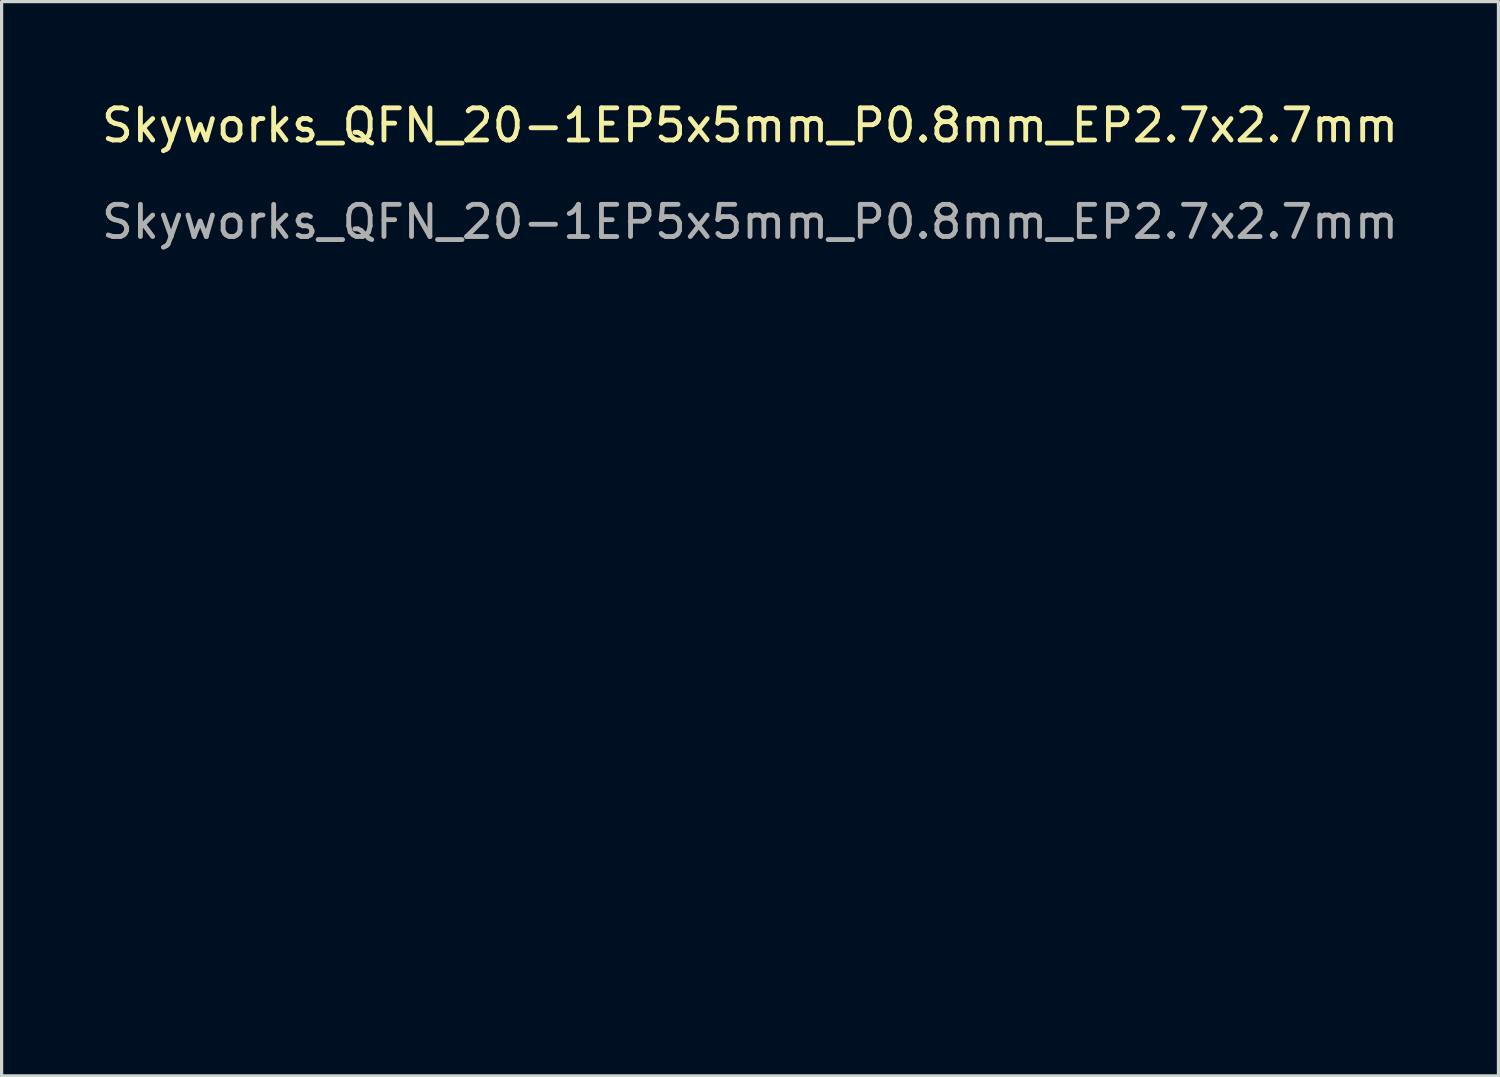
<source format=kicad_pcb>
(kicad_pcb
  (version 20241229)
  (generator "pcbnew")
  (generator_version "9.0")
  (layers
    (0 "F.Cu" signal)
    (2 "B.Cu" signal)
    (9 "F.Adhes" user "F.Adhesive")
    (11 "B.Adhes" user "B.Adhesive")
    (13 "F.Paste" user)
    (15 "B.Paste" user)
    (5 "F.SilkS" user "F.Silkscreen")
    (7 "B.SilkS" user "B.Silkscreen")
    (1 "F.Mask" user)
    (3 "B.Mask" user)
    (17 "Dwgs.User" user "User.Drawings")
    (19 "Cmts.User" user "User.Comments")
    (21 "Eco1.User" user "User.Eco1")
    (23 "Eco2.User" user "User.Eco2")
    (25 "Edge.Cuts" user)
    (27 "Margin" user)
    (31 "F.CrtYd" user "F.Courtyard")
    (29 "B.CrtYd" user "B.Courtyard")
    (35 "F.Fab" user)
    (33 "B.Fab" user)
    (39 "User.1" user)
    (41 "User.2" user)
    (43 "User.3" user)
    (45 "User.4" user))
  (footprint "Skyworks_QFN_20-1EP5x5mm_P0.8mm_EP2.7x2.7mm"
    (layer "F.Cu")
    (at 21.868 27.148)
    (property "Reference" "Skyworks_QFN_20-1EP5x5mm_P0.8mm_EP2.7x2.7mm" (at -1.6 -26.3 0) (unlocked yes) (layer "F.SilkS") (effects (font (size 1 1) (thickness 0.15))))
    (attr smd)
    (fp_text user "${REFERENCE}" (at -1.6 -23.3 0) (unlocked yes) (layer "F.Fab") (effects (font (size 1 1) (thickness 0.15)))))
  (gr_rect
    (start -3 -3)
    (end 43.536 30.398)
    (stroke (width 0.1) (type default))
    (fill no)
    (layer "Edge.Cuts")))
</source>
